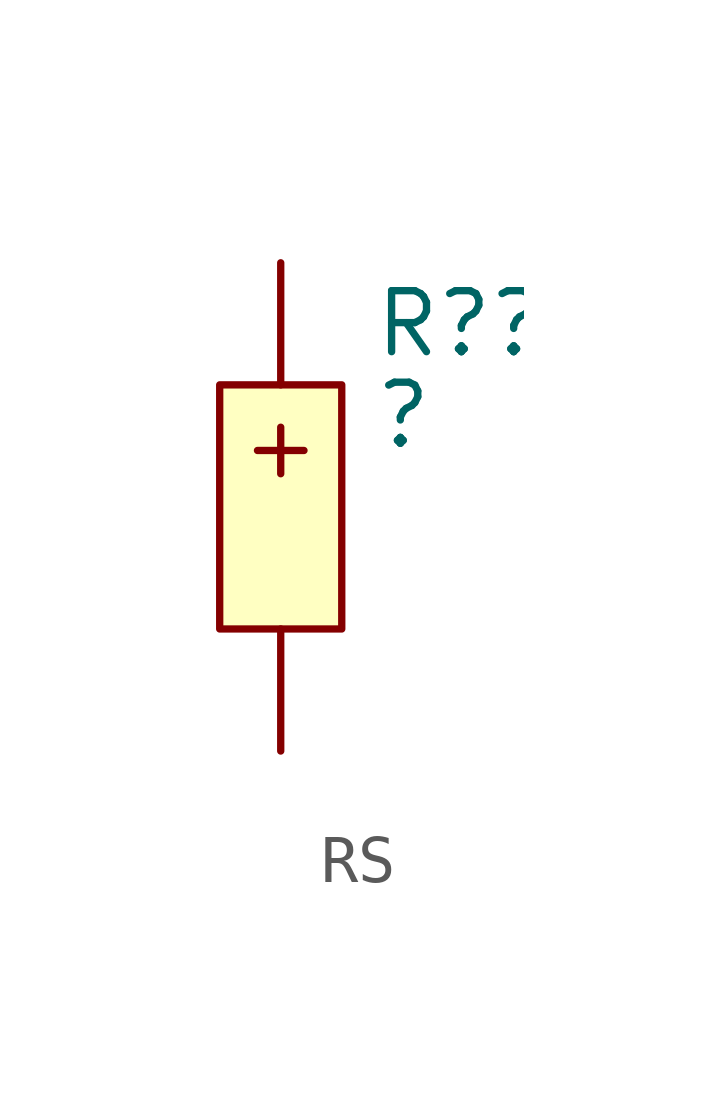
<source format=kicad_sym>
(kicad_symbol_lib
  (version 20241209)
  (generator "kicad_symbol_editor")
  (generator_version "9.0")
  (symbol "RS"
    (pin_numbers
      (hide yes))
    (pin_names
      (offset 1.016)
      (hide yes))
    (property "Reference" "R?"
      (at 1.905 3.81 0)
      (effects (font (size 1.27 1.27)) (justify left)))
    (property "Value" "?"
      (at 1.905 1.905 0)
      (effects (font (size 1.27 1.27)) (justify left)))
    (symbol "RS_0_0"
      (text "+" (at 0 1.27 0) (effects (font (size 1.27 1.27)))))
    (symbol "RS_1_0"
      (pin passive line (at 0 5.08 270) (length 2.54) (name "1" (effects (font (size 1.27 1.27)))) (number "1" (effects (font (size 1.27 1.27)))))
      (pin passive line (at 0 -5.08 90) (length 2.54) (name "2" (effects (font (size 1.27 1.27)))) (number "2" (effects (font (size 1.27 1.27))))))
    (symbol "RS_1_1"
      (rectangle (start -1.27 2.54) (end 1.27 -2.54) (stroke (width 0) (type solid)) (fill (type background))))))
</source>
